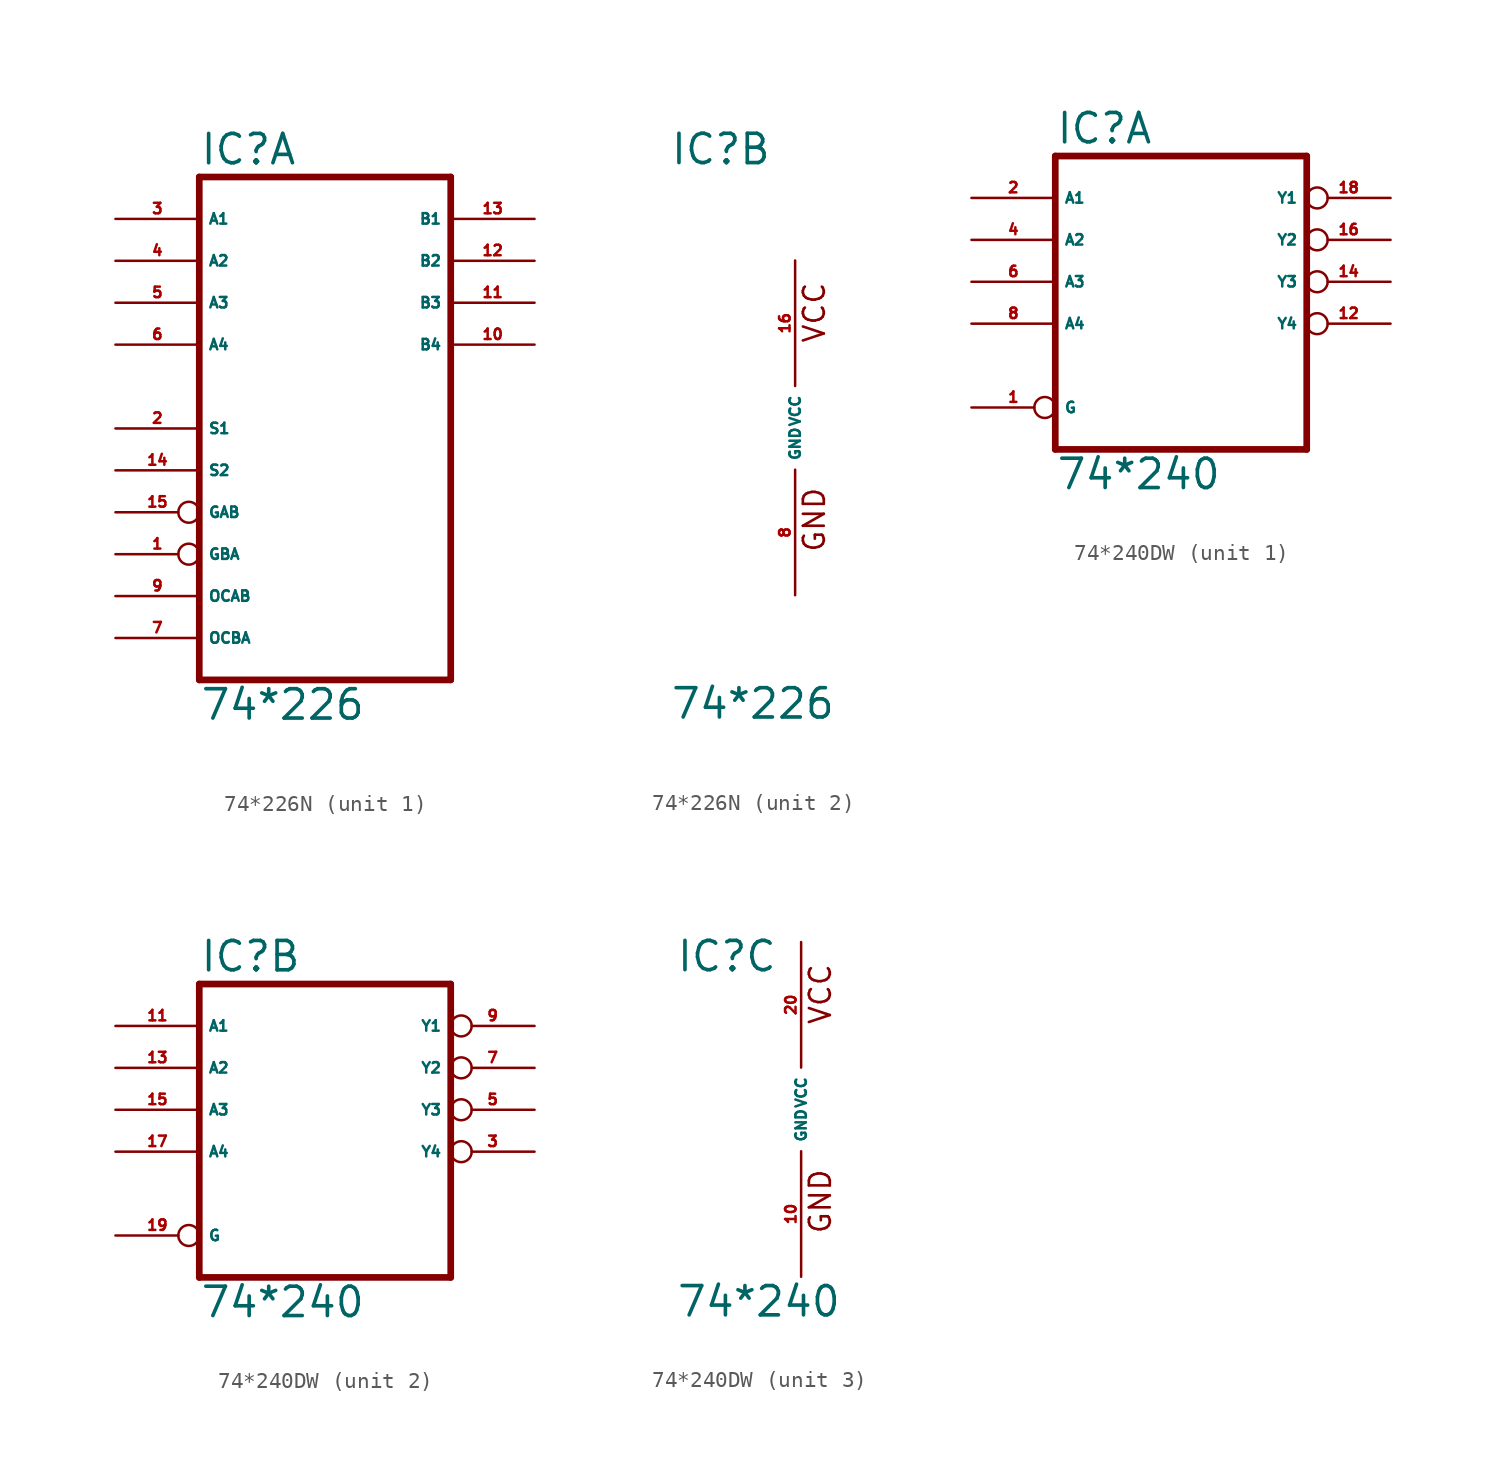
<source format=kicad_sym>
(kicad_symbol_lib
  (version 20220914)
  (generator Eagle2Kicad)
  (symbol "74*226N"
    (property "Reference" "IC"
      (at -7.62 15.875 0)
      (effects (font (size 1.778 1.778) (thickness 0.22)) (justify left bottom)))
    (property "Value" "74*226"
      (at -7.62 -17.78 0)
      (effects (font (size 1.778 1.778) (thickness 0.22)) (justify left bottom)))
    (symbol "74*226N_1_0"
      (polyline (pts (xy -7.62 -15.24) (xy 7.62 -15.24)) (stroke (width 0.406) (type default)) (fill (type none)))
      (polyline (pts (xy 7.62 -15.24) (xy 7.62 15.24)) (stroke (width 0.406) (type default)) (fill (type none)))
      (polyline (pts (xy 7.62 15.24) (xy -7.62 15.24)) (stroke (width 0.406) (type default)) (fill (type none)))
      (polyline (pts (xy -7.62 15.24) (xy -7.62 -15.24)) (stroke (width 0.406) (type default)) (fill (type none)))
      (pin input inverted (at -12.7 -7.62 0) (length 5.08) (name "GBA" (effects (font (size 0.635 0.635) (thickness 0.08)) (justify left bottom))) (number "1" (effects (font (size 0.635 0.635) (thickness 0.08)) (justify left bottom))))
      (pin input line (at -12.7 0 0) (length 5.08) (name "S1" (effects (font (size 0.635 0.635) (thickness 0.08)) (justify left bottom))) (number "2" (effects (font (size 0.635 0.635) (thickness 0.08)) (justify left bottom))))
      (pin tri_state line (at -12.7 12.7 0) (length 5.08) (name "A1" (effects (font (size 0.635 0.635) (thickness 0.08)) (justify left bottom))) (number "3" (effects (font (size 0.635 0.635) (thickness 0.08)) (justify left bottom))))
      (pin tri_state line (at -12.7 10.16 0) (length 5.08) (name "A2" (effects (font (size 0.635 0.635) (thickness 0.08)) (justify left bottom))) (number "4" (effects (font (size 0.635 0.635) (thickness 0.08)) (justify left bottom))))
      (pin tri_state line (at -12.7 7.62 0) (length 5.08) (name "A3" (effects (font (size 0.635 0.635) (thickness 0.08)) (justify left bottom))) (number "5" (effects (font (size 0.635 0.635) (thickness 0.08)) (justify left bottom))))
      (pin tri_state line (at -12.7 5.08 0) (length 5.08) (name "A4" (effects (font (size 0.635 0.635) (thickness 0.08)) (justify left bottom))) (number "6" (effects (font (size 0.635 0.635) (thickness 0.08)) (justify left bottom))))
      (pin input line (at -12.7 -12.7 0) (length 5.08) (name "OCBA" (effects (font (size 0.635 0.635) (thickness 0.08)) (justify left bottom))) (number "7" (effects (font (size 0.635 0.635) (thickness 0.08)) (justify left bottom))))
      (pin input line (at -12.7 -10.16 0) (length 5.08) (name "OCAB" (effects (font (size 0.635 0.635) (thickness 0.08)) (justify left bottom))) (number "9" (effects (font (size 0.635 0.635) (thickness 0.08)) (justify left bottom))))
      (pin tri_state line (at 12.7 5.08 180) (length 5.08) (name "B4" (effects (font (size 0.635 0.635) (thickness 0.08)) (justify left bottom))) (number "10" (effects (font (size 0.635 0.635) (thickness 0.08)) (justify left bottom))))
      (pin tri_state line (at 12.7 7.62 180) (length 5.08) (name "B3" (effects (font (size 0.635 0.635) (thickness 0.08)) (justify left bottom))) (number "11" (effects (font (size 0.635 0.635) (thickness 0.08)) (justify left bottom))))
      (pin tri_state line (at 12.7 10.16 180) (length 5.08) (name "B2" (effects (font (size 0.635 0.635) (thickness 0.08)) (justify left bottom))) (number "12" (effects (font (size 0.635 0.635) (thickness 0.08)) (justify left bottom))))
      (pin tri_state line (at 12.7 12.7 180) (length 5.08) (name "B1" (effects (font (size 0.635 0.635) (thickness 0.08)) (justify left bottom))) (number "13" (effects (font (size 0.635 0.635) (thickness 0.08)) (justify left bottom))))
      (pin input line (at -12.7 -2.54 0) (length 5.08) (name "S2" (effects (font (size 0.635 0.635) (thickness 0.08)) (justify left bottom))) (number "14" (effects (font (size 0.635 0.635) (thickness 0.08)) (justify left bottom))))
      (pin input inverted (at -12.7 -5.08 0) (length 5.08) (name "GAB" (effects (font (size 0.635 0.635) (thickness 0.08)) (justify left bottom))) (number "15" (effects (font (size 0.635 0.635) (thickness 0.08)) (justify left bottom)))))
    (symbol "74*226N_2_0"
      (text "GND" (at 1.905 -7.62 900) (effects (font (size 1.27 1.27) (thickness 0.16)) (justify left bottom)))
      (text "VCC" (at 1.905 5.08 900) (effects (font (size 1.27 1.27) (thickness 0.16)) (justify left bottom)))
      (pin unspecified line (at 0 -10.16 90) (length 7.62) (name "GND" (effects (font (size 0.635 0.635) (thickness 0.08)) (justify left bottom))) (number "8" (effects (font (size 0.635 0.635) (thickness 0.08)) (justify left bottom))))
      (pin unspecified line (at 0 10.16 270) (length 7.62) (name "VCC" (effects (font (size 0.635 0.635) (thickness 0.08)) (justify left bottom))) (number "16" (effects (font (size 0.635 0.635) (thickness 0.08)) (justify left bottom))))))
  (symbol "74*240DW"
    (property "Reference" "IC"
      (at -7.62 8.255 0)
      (effects (font (size 1.778 1.778) (thickness 0.22)) (justify left bottom)))
    (property "Value" "74*240"
      (at -7.62 -12.7 0)
      (effects (font (size 1.778 1.778) (thickness 0.22)) (justify left bottom)))
    (symbol "74*240DW_1_0"
      (polyline (pts (xy -7.62 -10.16) (xy 7.62 -10.16)) (stroke (width 0.406) (type default)) (fill (type none)))
      (polyline (pts (xy 7.62 -10.16) (xy 7.62 7.62)) (stroke (width 0.406) (type default)) (fill (type none)))
      (polyline (pts (xy 7.62 7.62) (xy -7.62 7.62)) (stroke (width 0.406) (type default)) (fill (type none)))
      (polyline (pts (xy -7.62 7.62) (xy -7.62 -10.16)) (stroke (width 0.406) (type default)) (fill (type none)))
      (pin input inverted (at -12.7 -7.62 0) (length 5.08) (name "G" (effects (font (size 0.635 0.635) (thickness 0.08)) (justify left bottom))) (number "1" (effects (font (size 0.635 0.635) (thickness 0.08)) (justify left bottom))))
      (pin input line (at -12.7 5.08 0) (length 5.08) (name "A1" (effects (font (size 0.635 0.635) (thickness 0.08)) (justify left bottom))) (number "2" (effects (font (size 0.635 0.635) (thickness 0.08)) (justify left bottom))))
      (pin input line (at -12.7 2.54 0) (length 5.08) (name "A2" (effects (font (size 0.635 0.635) (thickness 0.08)) (justify left bottom))) (number "4" (effects (font (size 0.635 0.635) (thickness 0.08)) (justify left bottom))))
      (pin input line (at -12.7 0 0) (length 5.08) (name "A3" (effects (font (size 0.635 0.635) (thickness 0.08)) (justify left bottom))) (number "6" (effects (font (size 0.635 0.635) (thickness 0.08)) (justify left bottom))))
      (pin input line (at -12.7 -2.54 0) (length 5.08) (name "A4" (effects (font (size 0.635 0.635) (thickness 0.08)) (justify left bottom))) (number "8" (effects (font (size 0.635 0.635) (thickness 0.08)) (justify left bottom))))
      (pin tri_state inverted (at 12.7 -2.54 180) (length 5.08) (name "Y4" (effects (font (size 0.635 0.635) (thickness 0.08)) (justify left bottom))) (number "12" (effects (font (size 0.635 0.635) (thickness 0.08)) (justify left bottom))))
      (pin tri_state inverted (at 12.7 0 180) (length 5.08) (name "Y3" (effects (font (size 0.635 0.635) (thickness 0.08)) (justify left bottom))) (number "14" (effects (font (size 0.635 0.635) (thickness 0.08)) (justify left bottom))))
      (pin tri_state inverted (at 12.7 2.54 180) (length 5.08) (name "Y2" (effects (font (size 0.635 0.635) (thickness 0.08)) (justify left bottom))) (number "16" (effects (font (size 0.635 0.635) (thickness 0.08)) (justify left bottom))))
      (pin tri_state inverted (at 12.7 5.08 180) (length 5.08) (name "Y1" (effects (font (size 0.635 0.635) (thickness 0.08)) (justify left bottom))) (number "18" (effects (font (size 0.635 0.635) (thickness 0.08)) (justify left bottom)))))
    (symbol "74*240DW_2_0"
      (polyline (pts (xy -7.62 -10.16) (xy 7.62 -10.16)) (stroke (width 0.406) (type default)) (fill (type none)))
      (polyline (pts (xy 7.62 -10.16) (xy 7.62 7.62)) (stroke (width 0.406) (type default)) (fill (type none)))
      (polyline (pts (xy 7.62 7.62) (xy -7.62 7.62)) (stroke (width 0.406) (type default)) (fill (type none)))
      (polyline (pts (xy -7.62 7.62) (xy -7.62 -10.16)) (stroke (width 0.406) (type default)) (fill (type none)))
      (pin input inverted (at -12.7 -7.62 0) (length 5.08) (name "G" (effects (font (size 0.635 0.635) (thickness 0.08)) (justify left bottom))) (number "19" (effects (font (size 0.635 0.635) (thickness 0.08)) (justify left bottom))))
      (pin input line (at -12.7 5.08 0) (length 5.08) (name "A1" (effects (font (size 0.635 0.635) (thickness 0.08)) (justify left bottom))) (number "11" (effects (font (size 0.635 0.635) (thickness 0.08)) (justify left bottom))))
      (pin input line (at -12.7 2.54 0) (length 5.08) (name "A2" (effects (font (size 0.635 0.635) (thickness 0.08)) (justify left bottom))) (number "13" (effects (font (size 0.635 0.635) (thickness 0.08)) (justify left bottom))))
      (pin input line (at -12.7 0 0) (length 5.08) (name "A3" (effects (font (size 0.635 0.635) (thickness 0.08)) (justify left bottom))) (number "15" (effects (font (size 0.635 0.635) (thickness 0.08)) (justify left bottom))))
      (pin input line (at -12.7 -2.54 0) (length 5.08) (name "A4" (effects (font (size 0.635 0.635) (thickness 0.08)) (justify left bottom))) (number "17" (effects (font (size 0.635 0.635) (thickness 0.08)) (justify left bottom))))
      (pin tri_state inverted (at 12.7 -2.54 180) (length 5.08) (name "Y4" (effects (font (size 0.635 0.635) (thickness 0.08)) (justify left bottom))) (number "3" (effects (font (size 0.635 0.635) (thickness 0.08)) (justify left bottom))))
      (pin tri_state inverted (at 12.7 0 180) (length 5.08) (name "Y3" (effects (font (size 0.635 0.635) (thickness 0.08)) (justify left bottom))) (number "5" (effects (font (size 0.635 0.635) (thickness 0.08)) (justify left bottom))))
      (pin tri_state inverted (at 12.7 2.54 180) (length 5.08) (name "Y2" (effects (font (size 0.635 0.635) (thickness 0.08)) (justify left bottom))) (number "7" (effects (font (size 0.635 0.635) (thickness 0.08)) (justify left bottom))))
      (pin tri_state inverted (at 12.7 5.08 180) (length 5.08) (name "Y1" (effects (font (size 0.635 0.635) (thickness 0.08)) (justify left bottom))) (number "9" (effects (font (size 0.635 0.635) (thickness 0.08)) (justify left bottom)))))
    (symbol "74*240DW_3_0"
      (text "GND" (at 1.905 -7.62 900) (effects (font (size 1.27 1.27) (thickness 0.16)) (justify left bottom)))
      (text "VCC" (at 1.905 5.08 900) (effects (font (size 1.27 1.27) (thickness 0.16)) (justify left bottom)))
      (pin unspecified line (at 0 -10.16 90) (length 7.62) (name "GND" (effects (font (size 0.635 0.635) (thickness 0.08)) (justify left bottom))) (number "10" (effects (font (size 0.635 0.635) (thickness 0.08)) (justify left bottom))))
      (pin unspecified line (at 0 10.16 270) (length 7.62) (name "VCC" (effects (font (size 0.635 0.635) (thickness 0.08)) (justify left bottom))) (number "20" (effects (font (size 0.635 0.635) (thickness 0.08)) (justify left bottom)))))))
</source>
